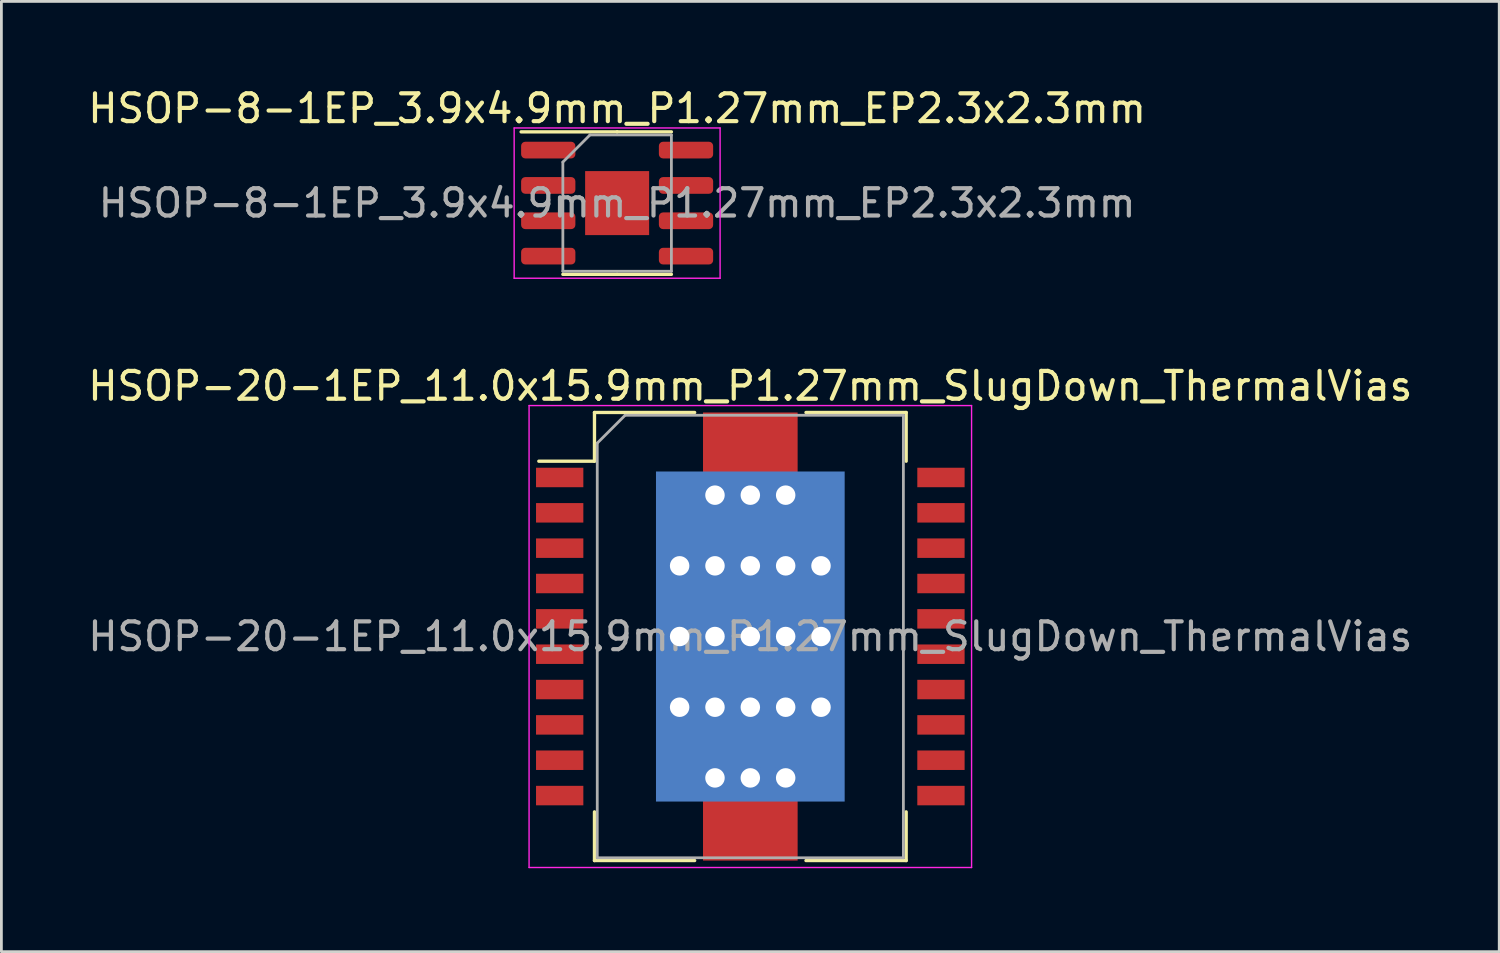
<source format=kicad_pcb>
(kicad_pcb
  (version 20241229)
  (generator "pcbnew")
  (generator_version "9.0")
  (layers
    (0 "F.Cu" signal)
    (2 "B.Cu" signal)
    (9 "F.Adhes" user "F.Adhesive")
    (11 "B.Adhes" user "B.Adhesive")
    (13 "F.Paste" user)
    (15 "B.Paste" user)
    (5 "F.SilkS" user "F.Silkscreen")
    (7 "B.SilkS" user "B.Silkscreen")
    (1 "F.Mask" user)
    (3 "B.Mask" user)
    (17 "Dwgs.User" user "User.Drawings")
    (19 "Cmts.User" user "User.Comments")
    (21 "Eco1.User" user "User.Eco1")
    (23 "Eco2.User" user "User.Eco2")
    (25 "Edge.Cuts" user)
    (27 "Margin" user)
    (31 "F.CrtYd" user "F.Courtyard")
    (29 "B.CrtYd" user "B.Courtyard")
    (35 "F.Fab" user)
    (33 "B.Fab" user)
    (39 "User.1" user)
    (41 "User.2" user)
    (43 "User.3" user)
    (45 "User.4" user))
  (footprint "HSOP-20-1EP_11.0x15.9mm_P1.27mm_SlugDown_ThermalVias"
    (layer "F.Cu")
    (at 23.911 19.822)
    (property "Reference" "HSOP-20-1EP_11.0x15.9mm_P1.27mm_SlugDown_ThermalVias" (at 0 -9 0) (layer "F.SilkS") (effects (font (size 1 1) (thickness 0.15))))
    (attr smd)
    (fp_line (start -5.6 -8.05) (end -5.6 -6.3) (stroke (width 0.12) (type solid)) (layer "F.SilkS"))
    (fp_line (start -5.6 -6.3) (end -7.6 -6.3) (stroke (width 0.12) (type solid)) (layer "F.SilkS"))
    (fp_line (start -5.6 8.05) (end -5.6 6.3) (stroke (width 0.12) (type solid)) (layer "F.SilkS"))
    (fp_line (start -2 -8.05) (end -5.6 -8.05) (stroke (width 0.12) (type solid)) (layer "F.SilkS"))
    (fp_line (start -2 8.05) (end -5.6 8.05) (stroke (width 0.12) (type solid)) (layer "F.SilkS"))
    (fp_line (start 5.6 -8.05) (end 2 -8.05) (stroke (width 0.12) (type solid)) (layer "F.SilkS"))
    (fp_line (start 5.6 -8.05) (end 5.6 -6.3) (stroke (width 0.12) (type solid)) (layer "F.SilkS"))
    (fp_line (start 5.6 8.05) (end 2 8.05) (stroke (width 0.12) (type solid)) (layer "F.SilkS"))
    (fp_line (start 5.6 8.05) (end 5.6 6.3) (stroke (width 0.12) (type solid)) (layer "F.SilkS"))
    (fp_line (start -7.95 -8.3) (end -7.95 8.3) (stroke (width 0.05) (type solid)) (layer "F.CrtYd"))
    (fp_line (start -7.95 -8.3) (end 7.95 -8.3) (stroke (width 0.05) (type solid)) (layer "F.CrtYd"))
    (fp_line (start 7.95 8.3) (end -7.95 8.3) (stroke (width 0.05) (type solid)) (layer "F.CrtYd"))
    (fp_line (start 7.95 8.3) (end 7.95 -8.3) (stroke (width 0.05) (type solid)) (layer "F.CrtYd"))
    (fp_line (start -5.5 -6.95) (end -5.5 7.95) (stroke (width 0.1) (type solid)) (layer "F.Fab"))
    (fp_line (start -5.5 7.95) (end 5.5 7.95) (stroke (width 0.1) (type solid)) (layer "F.Fab"))
    (fp_line (start -4.5 -7.95) (end -5.5 -6.95) (stroke (width 0.1) (type solid)) (layer "F.Fab"))
    (fp_line (start 5.5 -7.95) (end -4.5 -7.95) (stroke (width 0.1) (type solid)) (layer "F.Fab"))
    (fp_line (start 5.5 7.95) (end 5.5 -7.95) (stroke (width 0.1) (type solid)) (layer "F.Fab"))
    (fp_text user "${REFERENCE}" (at 0 0 0) (layer "F.Fab") (effects (font (size 1 1) (thickness 0.15))))
    (pad "1" smd rect (at -6.85 -5.715) (size 1.7 0.7) (layers "F.Cu" "F.Mask" "F.Paste"))
    (pad "2" smd rect (at -6.85 -4.445) (size 1.7 0.7) (layers "F.Cu" "F.Mask" "F.Paste"))
    (pad "3" smd rect (at -6.85 -3.175) (size 1.7 0.7) (layers "F.Cu" "F.Mask" "F.Paste"))
    (pad "4" smd rect (at -6.85 -1.905) (size 1.7 0.7) (layers "F.Cu" "F.Mask" "F.Paste"))
    (pad "5" smd rect (at -6.85 -0.635) (size 1.7 0.7) (layers "F.Cu" "F.Mask" "F.Paste"))
    (pad "6" smd rect (at -6.85 0.635) (size 1.7 0.7) (layers "F.Cu" "F.Mask" "F.Paste"))
    (pad "7" smd rect (at -6.85 1.905) (size 1.7 0.7) (layers "F.Cu" "F.Mask" "F.Paste"))
    (pad "8" smd rect (at -6.85 3.175) (size 1.7 0.7) (layers "F.Cu" "F.Mask" "F.Paste"))
    (pad "9" smd rect (at -6.85 4.445) (size 1.7 0.7) (layers "F.Cu" "F.Mask" "F.Paste"))
    (pad "10" smd rect (at -6.85 5.715) (size 1.7 0.7) (layers "F.Cu" "F.Mask" "F.Paste"))
    (pad "11" smd rect (at 6.85 5.715) (size 1.7 0.7) (layers "F.Cu" "F.Mask" "F.Paste"))
    (pad "12" smd rect (at 6.85 4.445) (size 1.7 0.7) (layers "F.Cu" "F.Mask" "F.Paste"))
    (pad "13" smd rect (at 6.85 3.175) (size 1.7 0.7) (layers "F.Cu" "F.Mask" "F.Paste"))
    (pad "14" smd rect (at 6.85 1.905) (size 1.7 0.7) (layers "F.Cu" "F.Mask" "F.Paste"))
    (pad "15" smd rect (at 6.85 0.635) (size 1.7 0.7) (layers "F.Cu" "F.Mask" "F.Paste"))
    (pad "16" smd rect (at 6.85 -0.635) (size 1.7 0.7) (layers "F.Cu" "F.Mask" "F.Paste"))
    (pad "17" smd rect (at 6.85 -1.905) (size 1.7 0.7) (layers "F.Cu" "F.Mask" "F.Paste"))
    (pad "18" smd rect (at 6.85 -3.175) (size 1.7 0.7) (layers "F.Cu" "F.Mask" "F.Paste"))
    (pad "19" smd rect (at 6.85 -4.445) (size 1.7 0.7) (layers "F.Cu" "F.Mask" "F.Paste"))
    (pad "20" smd rect (at 6.85 -5.715) (size 1.7 0.7) (layers "F.Cu" "F.Mask" "F.Paste"))
    (pad "21" thru_hole circle (at -2.54 -2.54) (size 1 1) (drill 0.7) (layers "*.Cu"))
    (pad "21" thru_hole circle (at -2.54 0) (size 1 1) (drill 0.7) (layers "*.Cu"))
    (pad "21" thru_hole circle (at -2.54 2.54) (size 1 1) (drill 0.7) (layers "*.Cu"))
    (pad "21" thru_hole circle (at -1.27 -5.08) (size 1 1) (drill 0.7) (layers "*.Cu"))
    (pad "21" thru_hole circle (at -1.27 -2.54) (size 1 1) (drill 0.7) (layers "*.Cu"))
    (pad "21" thru_hole circle (at -1.27 0) (size 1 1) (drill 0.7) (layers "*.Cu"))
    (pad "21" thru_hole circle (at -1.27 2.54) (size 1 1) (drill 0.7) (layers "*.Cu"))
    (pad "21" thru_hole circle (at -1.27 5.08) (size 1 1) (drill 0.7) (layers "*.Cu"))
    (pad "21" smd rect (at 0 -6.843) (size 3.4 2.415) (layers "F.Cu" "F.Mask" "F.Paste"))
    (pad "21" thru_hole circle (at 0 -5.08) (size 1 1) (drill 0.7) (layers "*.Cu"))
    (pad "21" thru_hole circle (at 0 -2.54) (size 1 1) (drill 0.7) (layers "*.Cu"))
    (pad "21" thru_hole circle (at 0 0) (size 1 1) (drill 0.7) (layers "*.Cu"))
    (pad "21" smd rect (at 0 0) (size 6.4 11.27) (layers "F.Cu" "F.Mask" "F.Paste"))
    (pad "21" smd rect (at 0 0) (size 6.78 11.86) (layers "B.Cu"))
    (pad "21" thru_hole circle (at 0 2.54) (size 1 1) (drill 0.7) (layers "*.Cu"))
    (pad "21" thru_hole circle (at 0 5.08) (size 1 1) (drill 0.7) (layers "*.Cu"))
    (pad "21" smd rect (at 0 6.843) (size 3.4 2.415) (layers "F.Cu" "F.Mask" "F.Paste"))
    (pad "21" thru_hole circle (at 1.27 -5.08) (size 1 1) (drill 0.7) (layers "*.Cu"))
    (pad "21" thru_hole circle (at 1.27 -2.54) (size 1 1) (drill 0.7) (layers "*.Cu"))
    (pad "21" thru_hole circle (at 1.27 0) (size 1 1) (drill 0.7) (layers "*.Cu"))
    (pad "21" thru_hole circle (at 1.27 2.54) (size 1 1) (drill 0.7) (layers "*.Cu"))
    (pad "21" thru_hole circle (at 1.27 5.08) (size 1 1) (drill 0.7) (layers "*.Cu"))
    (pad "21" thru_hole circle (at 2.54 -2.54) (size 1 1) (drill 0.7) (layers "*.Cu"))
    (pad "21" thru_hole circle (at 2.54 0) (size 1 1) (drill 0.7) (layers "*.Cu"))
    (pad "21" thru_hole circle (at 2.54 2.54) (size 1 1) (drill 0.7) (layers "*.Cu")))
  (footprint "HSOP-8-1EP_3.9x4.9mm_P1.27mm_EP2.3x2.3mm"
    (layer "F.Cu")
    (at 19.125 4.248)
    (property "Reference" "HSOP-8-1EP_3.9x4.9mm_P1.27mm_EP2.3x2.3mm" (at 0 -3.4 0) (layer "F.SilkS") (effects (font (size 1 1) (thickness 0.15))))
    (attr smd)
    (fp_line (start 0 -2.56) (end -3.45 -2.56) (stroke (width 0.12) (type solid)) (layer "F.SilkS"))
    (fp_line (start 0 -2.56) (end 1.95 -2.56) (stroke (width 0.12) (type solid)) (layer "F.SilkS"))
    (fp_line (start 0 2.56) (end -1.95 2.56) (stroke (width 0.12) (type solid)) (layer "F.SilkS"))
    (fp_line (start 0 2.56) (end 1.95 2.56) (stroke (width 0.12) (type solid)) (layer "F.SilkS"))
    (fp_line (start -3.7 -2.7) (end -3.7 2.7) (stroke (width 0.05) (type solid)) (layer "F.CrtYd"))
    (fp_line (start -3.7 2.7) (end 3.7 2.7) (stroke (width 0.05) (type solid)) (layer "F.CrtYd"))
    (fp_line (start 3.7 -2.7) (end -3.7 -2.7) (stroke (width 0.05) (type solid)) (layer "F.CrtYd"))
    (fp_line (start 3.7 2.7) (end 3.7 -2.7) (stroke (width 0.05) (type solid)) (layer "F.CrtYd"))
    (fp_line (start -1.95 -1.475) (end -0.975 -2.45) (stroke (width 0.1) (type solid)) (layer "F.Fab"))
    (fp_line (start -1.95 2.45) (end -1.95 -1.475) (stroke (width 0.1) (type solid)) (layer "F.Fab"))
    (fp_line (start -0.975 -2.45) (end 1.95 -2.45) (stroke (width 0.1) (type solid)) (layer "F.Fab"))
    (fp_line (start 1.95 -2.45) (end 1.95 2.45) (stroke (width 0.1) (type solid)) (layer "F.Fab"))
    (fp_line (start 1.95 2.45) (end -1.95 2.45) (stroke (width 0.1) (type solid)) (layer "F.Fab"))
    (fp_text user "${REFERENCE}" (at 0 0 0) (layer "F.Fab") (effects (font (size 0.98 0.98) (thickness 0.15))))
    (pad "" smd roundrect (at -0.575 -0.575) (size 0.93 0.93) (layers "F.Paste") (roundrect_rratio 0.25))
    (pad "" smd roundrect (at -0.575 0.575) (size 0.93 0.93) (layers "F.Paste") (roundrect_rratio 0.25))
    (pad "" smd roundrect (at 0.575 -0.575) (size 0.93 0.93) (layers "F.Paste") (roundrect_rratio 0.25))
    (pad "" smd roundrect (at 0.575 0.575) (size 0.93 0.93) (layers "F.Paste") (roundrect_rratio 0.25))
    (pad "1" smd roundrect (at -2.475 -1.905) (size 1.95 0.6) (layers "F.Cu" "F.Mask" "F.Paste") (roundrect_rratio 0.25))
    (pad "2" smd roundrect (at -2.475 -0.635) (size 1.95 0.6) (layers "F.Cu" "F.Mask" "F.Paste") (roundrect_rratio 0.25))
    (pad "3" smd roundrect (at -2.475 0.635) (size 1.95 0.6) (layers "F.Cu" "F.Mask" "F.Paste") (roundrect_rratio 0.25))
    (pad "4" smd roundrect (at -2.475 1.905) (size 1.95 0.6) (layers "F.Cu" "F.Mask" "F.Paste") (roundrect_rratio 0.25))
    (pad "5" smd roundrect (at 2.475 1.905) (size 1.95 0.6) (layers "F.Cu" "F.Mask" "F.Paste") (roundrect_rratio 0.25))
    (pad "6" smd roundrect (at 2.475 0.635) (size 1.95 0.6) (layers "F.Cu" "F.Mask" "F.Paste") (roundrect_rratio 0.25))
    (pad "7" smd roundrect (at 2.475 -0.635) (size 1.95 0.6) (layers "F.Cu" "F.Mask" "F.Paste") (roundrect_rratio 0.25))
    (pad "8" smd roundrect (at 2.475 -1.905) (size 1.95 0.6) (layers "F.Cu" "F.Mask" "F.Paste") (roundrect_rratio 0.25))
    (pad "9" smd rect (at 0 0) (size 2.3 2.3) (layers "F.Cu" "F.Mask")))
  (gr_rect
    (start -3 -3)
    (end 50.821 31.146)
    (stroke (width 0.1) (type default))
    (fill no)
    (layer "Edge.Cuts")))
</source>
